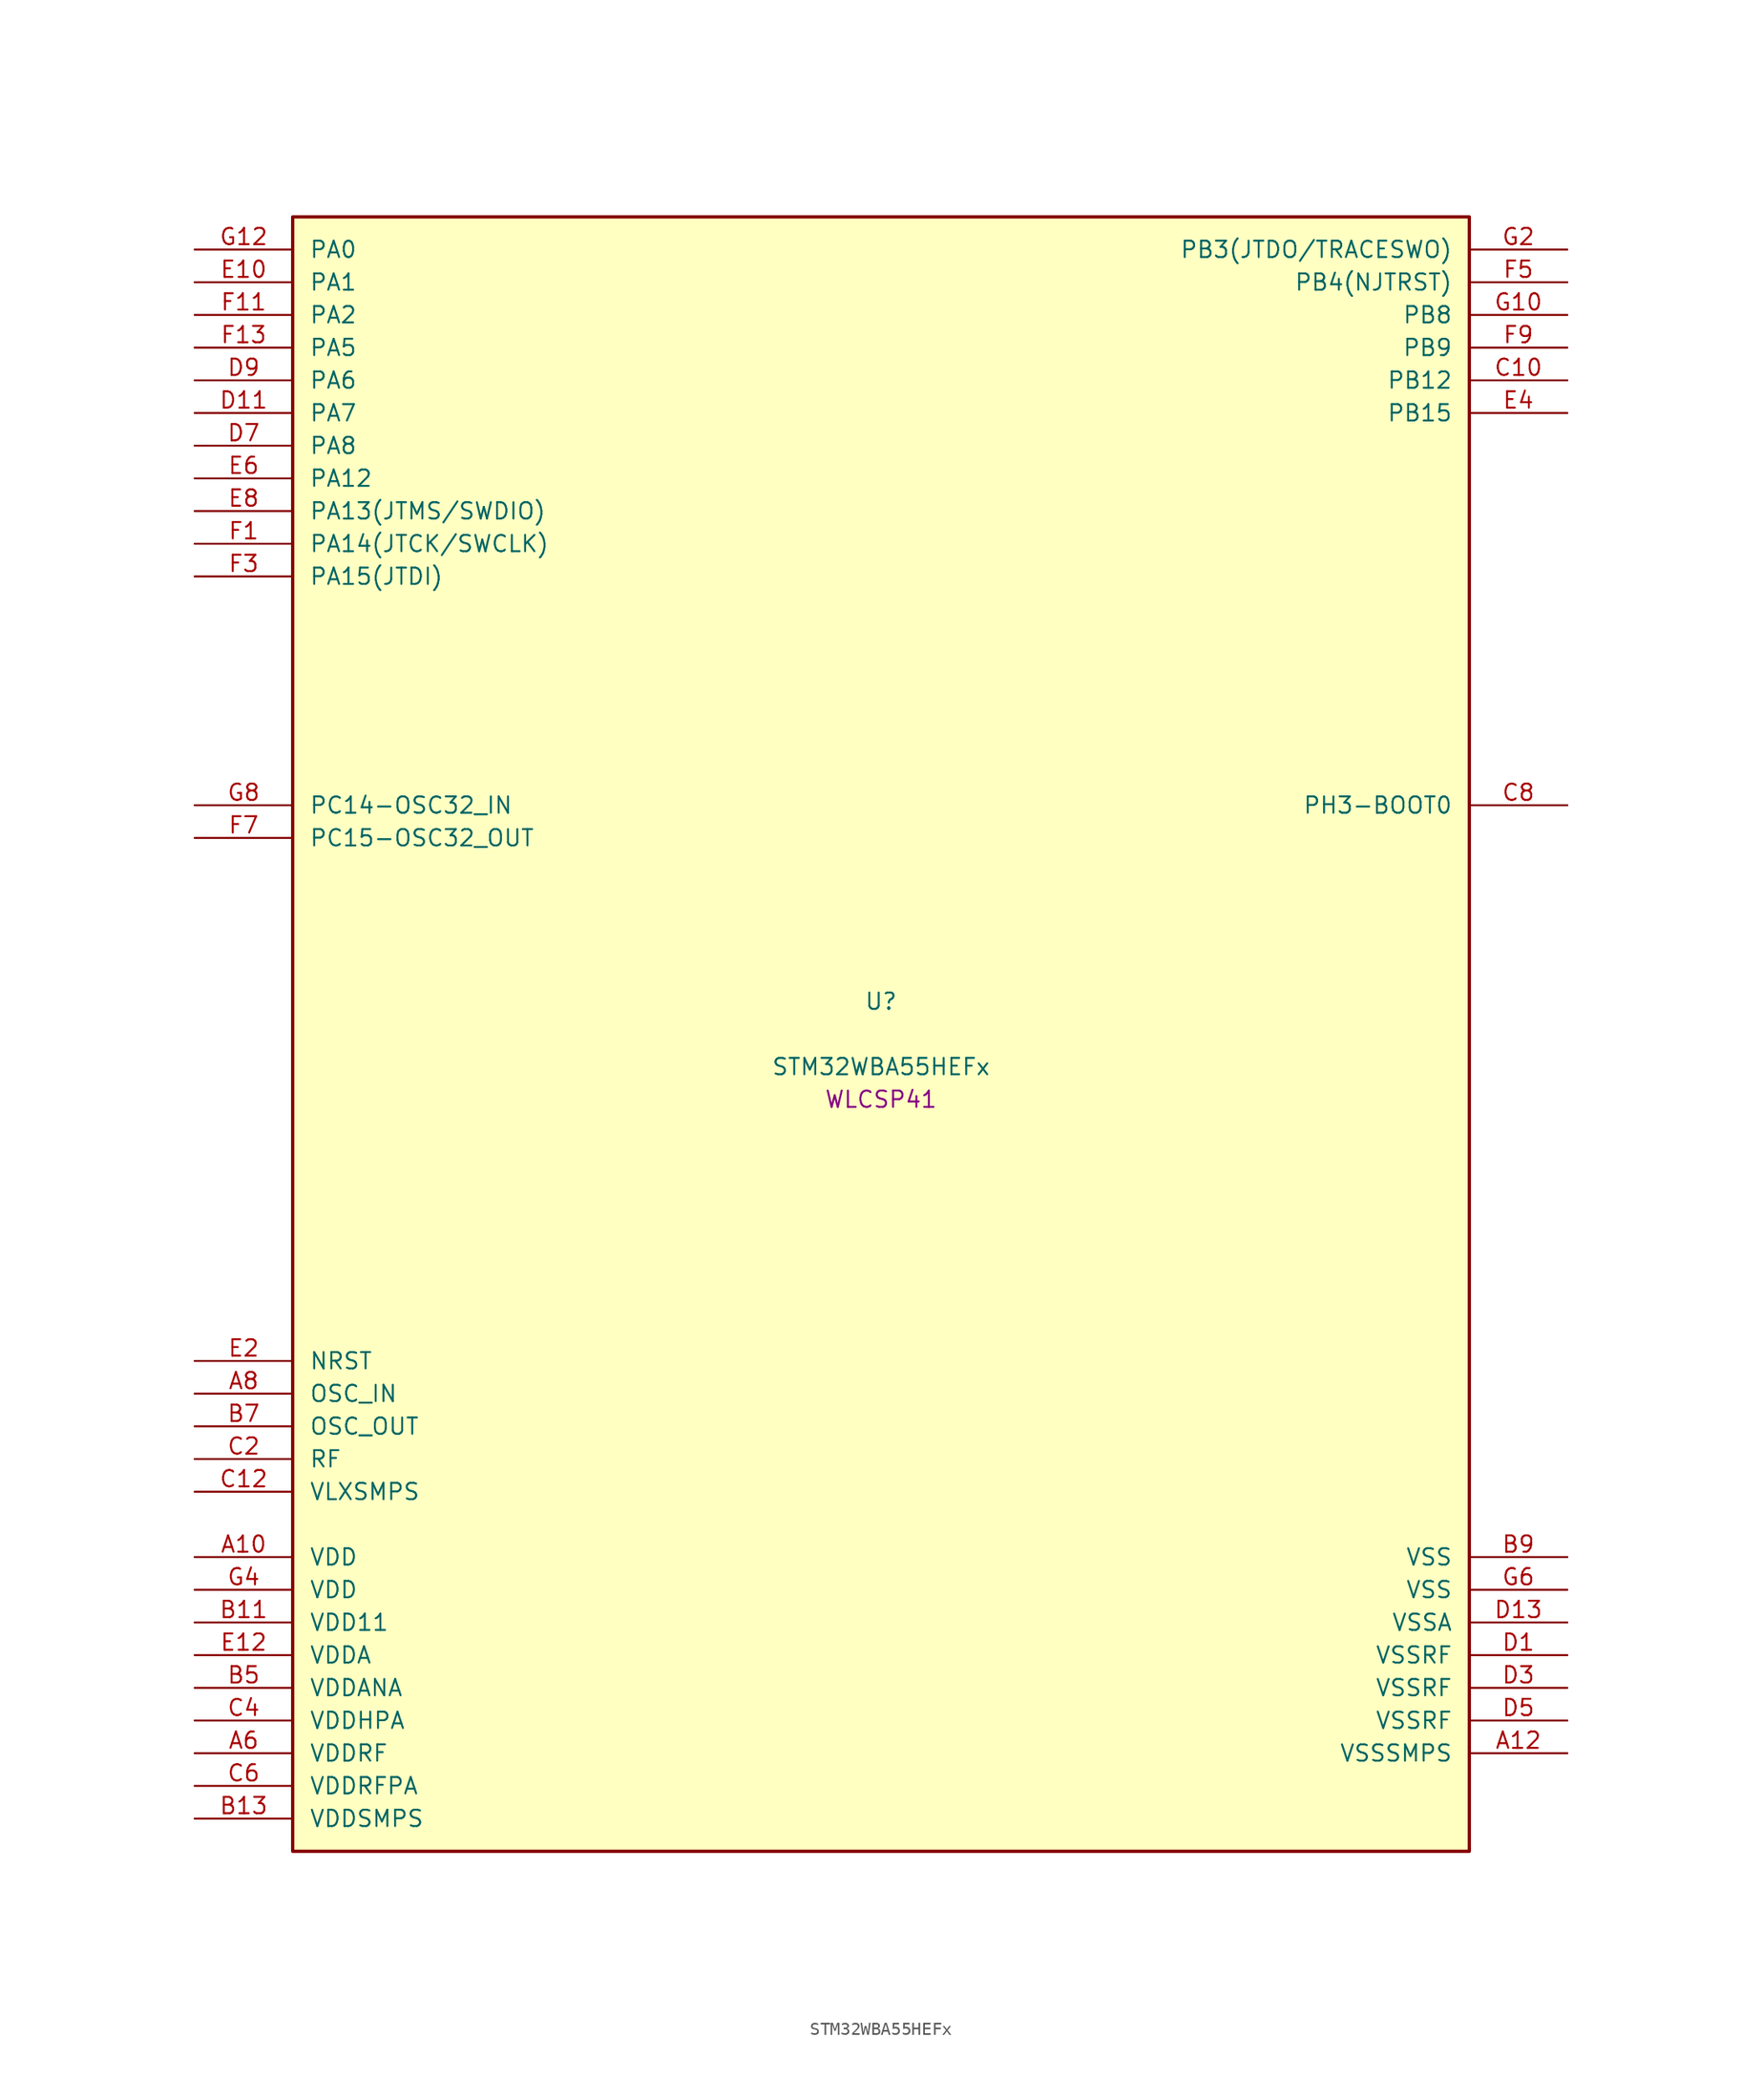
<source format=kicad_sym>
(kicad_symbol_lib
  (version 20241209)
  (generator "stm32_pkl_generator")
  (generator_version "1.0")
  (symbol "STM32WBA55HEFx"
    (pin_names
      (offset 1.27))
    (property "Reference" "U"
      (at 0 2.54 0))
    (property "Value" "STM32WBA55HEFx"
      (at 0 -2.54 0))
    (property "Footprint" "WLCSP41"
      (at 0 -5.08 0))
    (symbol "STM32WBA55HEFx_1_1"
      (rectangle (start -45.72 63.5) (end 45.72 -63.5) (stroke (width 0.254) (type solid)) (fill (type background)))
      (pin bidirectional line (at -53.34 60.96 0) (length 7.62) (name "PA0") (number "G12") (alternate "PA0/ADC4_IN9" bidirectional line) (alternate "PA0/COMP2_INP" bidirectional line) (alternate "PA0/LPTIM1_IN1" bidirectional line) (alternate "PA0/LPUART1_CTS" bidirectional line) (alternate "PA0/PWR_WKUP1" bidirectional line) (alternate "PA0/SPI3_SCK" bidirectional line) (alternate "PA0/TIM1_CH2N" bidirectional line) (alternate "PA0/TIM3_CH3" bidirectional line) (alternate "PA0/TIM3_ETR" bidirectional line) (alternate "PA0/TSC_G2_IO2" bidirectional line))
      (pin bidirectional line (at -53.34 58.42 0) (length 7.62) (name "PA1") (number "E10") (alternate "PA1/ADC4_IN8" bidirectional line) (alternate "PA1/COMP1_INM" bidirectional line) (alternate "PA1/LPTIM2_CH2" bidirectional line) (alternate "PA1/LPUART1_RX" bidirectional line) (alternate "PA1/PWR_WKUP3" bidirectional line) (alternate "PA1/SAI1_CK1" bidirectional line) (alternate "PA1/SPI1_RDY" bidirectional line) (alternate "PA1/TIM17_CH1" bidirectional line) (alternate "PA1/TIM1_CH1N" bidirectional line) (alternate "PA1/TIM3_CH2" bidirectional line) (alternate "PA1/TSC_G2_IO1" bidirectional line) (alternate "PA1/USART1_CK" bidirectional line))
      (pin bidirectional line (at -53.34 55.88 0) (length 7.62) (name "PA2") (number "F11") (alternate "PA2/ADC4_IN7" bidirectional line) (alternate "PA2/COMP1_INP" bidirectional line) (alternate "PA2/LPUART1_TX" bidirectional line) (alternate "PA2/PWR_WKUP4" bidirectional line) (alternate "PA2/RCC_LSCO" bidirectional line) (alternate "PA2/SAI1_D1" bidirectional line) (alternate "PA2/TIM16_CH1" bidirectional line) (alternate "PA2/TIM1_BKIN" bidirectional line) (alternate "PA2/TIM3_CH1" bidirectional line) (alternate "PA2/TSC_G4_IO4" bidirectional line) (alternate "PA2/USART1_DE" bidirectional line) (alternate "PA2/USART1_RTS" bidirectional line))
      (pin bidirectional line (at -53.34 53.34 0) (length 7.62) (name "PA5") (number "F13") (alternate "PA5/ADC4_IN4" bidirectional line) (alternate "PA5/AUDIOCLK" bidirectional line) (alternate "PA5/LPTIM2_ETR" bidirectional line) (alternate "PA5/PWR_CSLEEP" bidirectional line) (alternate "PA5/PWR_WKUP6" bidirectional line) (alternate "PA5/SAI1_D2" bidirectional line) (alternate "PA5/SPI3_NSS" bidirectional line) (alternate "PA5/TIM2_CH1" bidirectional line) (alternate "PA5/TIM2_ETR" bidirectional line) (alternate "PA5/TSC_G1_IO4" bidirectional line) (alternate "PA5/USART1_CK" bidirectional line))
      (pin bidirectional line (at -53.34 50.8 0) (length 7.62) (name "PA6") (number "D9") (alternate "PA6/ADC4_IN3" bidirectional line) (alternate "PA6/I2C3_SCL" bidirectional line) (alternate "PA6/PWR_CSTOP" bidirectional line) (alternate "PA6/PWR_WKUP7" bidirectional line) (alternate "PA6/SAI1_CK2" bidirectional line) (alternate "PA6/SAI1_MCLK_A" bidirectional line) (alternate "PA6/SPI3_RDY" bidirectional line) (alternate "PA6/TIM2_CH4" bidirectional line) (alternate "PA6/TSC_G1_IO3" bidirectional line) (alternate "PA6/USART1_DE" bidirectional line) (alternate "PA6/USART1_RTS" bidirectional line))
      (pin bidirectional line (at -53.34 48.26 0) (length 7.62) (name "PA7") (number "D11") (alternate "PA7/ADC4_IN2" bidirectional line) (alternate "PA7/COMP1_OUT" bidirectional line) (alternate "PA7/I2C3_SDA" bidirectional line) (alternate "PA7/PWR_WKUP8" bidirectional line) (alternate "PA7/SAI1_SCK_A" bidirectional line) (alternate "PA7/TAMP_IN1" bidirectional line) (alternate "PA7/TAMP_OUT2" bidirectional line) (alternate "PA7/TIM2_CH3" bidirectional line) (alternate "PA7/TSC_G1_IO2" bidirectional line) (alternate "PA7/USART1_CTS" bidirectional line))
      (pin bidirectional line (at -53.34 45.72 0) (length 7.62) (name "PA8") (number "D7") (alternate "PA8/ADC4_IN1" bidirectional line) (alternate "PA8/LPTIM1_CH2" bidirectional line) (alternate "PA8/RCC_MCO" bidirectional line) (alternate "PA8/SAI1_FS_A" bidirectional line) (alternate "PA8/SPI3_RDY" bidirectional line) (alternate "PA8/TIM2_CH2" bidirectional line) (alternate "PA8/TSC_G1_IO1" bidirectional line) (alternate "PA8/USART1_RX" bidirectional line))
      (pin bidirectional line (at -53.34 43.18 0) (length 7.62) (name "PA12") (number "E6") (alternate "PA12/COMP2_OUT" bidirectional line) (alternate "PA12/PTA_STATUS" bidirectional line) (alternate "PA12/PWR_WKUP6" bidirectional line) (alternate "PA12/RF_ANTSW0" bidirectional line) (alternate "PA12/SPI1_NSS" bidirectional line) (alternate "PA12/TIM1_CH2" bidirectional line) (alternate "PA12/TSC_G3_IO4" bidirectional line) (alternate "PA12/USART2_TX" bidirectional line))
      (pin bidirectional line (at -53.34 40.64 0) (length 7.62) (name "PA13(JTMS/SWDIO)") (number "E8") (alternate "PA13(JTMS/SWDIO)/DEBUG_JTMS-SWDIO" bidirectional line) (alternate "PA13(JTMS/SWDIO)/IR_OUT" bidirectional line) (alternate "PA13(JTMS/SWDIO)/PTA_PRIORITY" bidirectional line))
      (pin bidirectional line (at -53.34 38.1 0) (length 7.62) (name "PA14(JTCK/SWCLK)") (number "F1") (alternate "PA14(JTCK/SWCLK)/COMP2_OUT" bidirectional line) (alternate "PA14(JTCK/SWCLK)/DEBUG_JTCK-SWCLK" bidirectional line) (alternate "PA14(JTCK/SWCLK)/PTA_STATUS" bidirectional line) (alternate "PA14(JTCK/SWCLK)/TAMP_IN3" bidirectional line) (alternate "PA14(JTCK/SWCLK)/TAMP_OUT6" bidirectional line) (alternate "PA14(JTCK/SWCLK)/USART2_TX" bidirectional line))
      (pin bidirectional line (at -53.34 35.56 0) (length 7.62) (name "PA15(JTDI)") (number "F3") (alternate "PA15(JTDI)/ADC4_EXTI15" bidirectional line) (alternate "PA15(JTDI)/DEBUG_JTDI" bidirectional line) (alternate "PA15(JTDI)/I2C1_SCL" bidirectional line) (alternate "PA15(JTDI)/LPTIM1_CH2" bidirectional line) (alternate "PA15(JTDI)/PTA_STATUS" bidirectional line) (alternate "PA15(JTDI)/SPI1_MOSI" bidirectional line) (alternate "PA15(JTDI)/TIM17_BKIN" bidirectional line) (alternate "PA15(JTDI)/TIM1_ETR" bidirectional line) (alternate "PA15(JTDI)/TSC_G3_IO3" bidirectional line) (alternate "PA15(JTDI)/USART2_DE" bidirectional line) (alternate "PA15(JTDI)/USART2_RTS" bidirectional line))
      (pin bidirectional line (at 53.34 60.96 180) (length 7.62) (name "PB3(JTDO/TRACESWO)") (number "G2") (alternate "PB3(JTDO/TRACESWO)/DEBUG_JTDO-SWO" bidirectional line) (alternate "PB3(JTDO/TRACESWO)/I2C1_SDA" bidirectional line) (alternate "PB3(JTDO/TRACESWO)/LPTIM1_IN2" bidirectional line) (alternate "PB3(JTDO/TRACESWO)/PTA_ACTIVE" bidirectional line) (alternate "PB3(JTDO/TRACESWO)/SPI1_MISO" bidirectional line) (alternate "PB3(JTDO/TRACESWO)/TIM17_CH1N" bidirectional line) (alternate "PB3(JTDO/TRACESWO)/TIM1_CH4" bidirectional line) (alternate "PB3(JTDO/TRACESWO)/TSC_G3_IO2" bidirectional line) (alternate "PB3(JTDO/TRACESWO)/USART2_CK" bidirectional line))
      (pin bidirectional line (at 53.34 58.42 180) (length 7.62) (name "PB4(NJTRST)") (number "F5") (alternate "PB4(NJTRST)/DEBUG_JTRST" bidirectional line) (alternate "PB4(NJTRST)/LPTIM2_IN2" bidirectional line) (alternate "PB4(NJTRST)/PTA_ACTIVE" bidirectional line) (alternate "PB4(NJTRST)/PTA_PRIORITY" bidirectional line) (alternate "PB4(NJTRST)/SAI1_MCLK_B" bidirectional line) (alternate "PB4(NJTRST)/SPI1_SCK" bidirectional line) (alternate "PB4(NJTRST)/TIM17_CH1" bidirectional line) (alternate "PB4(NJTRST)/TIM1_CH3" bidirectional line) (alternate "PB4(NJTRST)/TSC_G3_IO1" bidirectional line) (alternate "PB4(NJTRST)/USART2_RX" bidirectional line))
      (pin bidirectional line (at 53.34 55.88 180) (length 7.62) (name "PB8") (number "G10") (alternate "PB8/COMP1_OUT" bidirectional line) (alternate "PB8/LPTIM1_ETR" bidirectional line) (alternate "PB8/PWR_PVD_IN" bidirectional line) (alternate "PB8/SPI3_MOSI" bidirectional line) (alternate "PB8/TIM16_CH1N" bidirectional line) (alternate "PB8/TIM1_CH1" bidirectional line) (alternate "PB8/TIM3_ETR" bidirectional line) (alternate "PB8/TSC_G2_IO4" bidirectional line) (alternate "PB8/USART2_RX" bidirectional line))
      (pin bidirectional line (at 53.34 53.34 180) (length 7.62) (name "PB9") (number "F9") (alternate "PB9/ADC4_IN10" bidirectional line) (alternate "PB9/COMP2_INM" bidirectional line) (alternate "PB9/IR_OUT" bidirectional line) (alternate "PB9/LPTIM2_IN1" bidirectional line) (alternate "PB9/LPUART1_DE" bidirectional line) (alternate "PB9/LPUART1_RTS" bidirectional line) (alternate "PB9/PWR_WKUP8" bidirectional line) (alternate "PB9/SPI3_MISO" bidirectional line) (alternate "PB9/TIM16_CH1" bidirectional line) (alternate "PB9/TIM1_CH3N" bidirectional line) (alternate "PB9/TIM3_CH4" bidirectional line) (alternate "PB9/TSC_G2_IO3" bidirectional line))
      (pin bidirectional line (at 53.34 50.8 180) (length 7.62) (name "PB12") (number "C10") (alternate "PB12/SAI1_SD_A" bidirectional line) (alternate "PB12/SPI1_RDY" bidirectional line) (alternate "PB12/TIM2_CH1" bidirectional line) (alternate "PB12/TIM2_ETR" bidirectional line) (alternate "PB12/TIM3_ETR" bidirectional line) (alternate "PB12/TSC_SYNC" bidirectional line) (alternate "PB12/USART1_TX" bidirectional line))
      (pin bidirectional line (at 53.34 48.26 180) (length 7.62) (name "PB15") (number "E4") (alternate "PB15/ADC4_EXTI15" bidirectional line) (alternate "PB15/I2C1_SMBA" bidirectional line) (alternate "PB15/I2C3_SMBA" bidirectional line) (alternate "PB15/LPUART1_CTS" bidirectional line) (alternate "PB15/PTA_GRANT" bidirectional line) (alternate "PB15/RF_EXTPABYP" bidirectional line) (alternate "PB15/TIM16_BKIN" bidirectional line) (alternate "PB15/TIM1_BKIN2" bidirectional line) (alternate "PB15/USART2_CTS" bidirectional line))
      (pin bidirectional line (at -53.34 17.78 0) (length 7.62) (name "PC14-OSC32_IN") (number "G8") (alternate "PC14-OSC32_IN/RCC_OSC32_IN" bidirectional line))
      (pin bidirectional line (at -53.34 15.24 0) (length 7.62) (name "PC15-OSC32_OUT") (number "F7") (alternate "PC15-OSC32_OUT/ADC4_EXTI15" bidirectional line) (alternate "PC15-OSC32_OUT/RCC_OSC32_OUT" bidirectional line))
      (pin bidirectional line (at 53.34 17.78 180) (length 7.62) (name "PH3-BOOT0") (number "C8") (alternate "PH3-BOOT0/PTA_GRANT" bidirectional line) (alternate "PH3-BOOT0/RF_EXTPABYP" bidirectional line) (alternate "PH3-BOOT0/TAMP_IN2" bidirectional line) (alternate "PH3-BOOT0/TAMP_OUT1" bidirectional line))
      (pin input line (at -53.34 -25.4 0) (length 7.62) (name "NRST") (number "E2"))
      (pin bidirectional line (at -53.34 -27.94 0) (length 7.62) (name "OSC_IN") (number "A8") (alternate "OSC_IN/RCC_OSC_IN" bidirectional line))
      (pin bidirectional line (at -53.34 -30.48 0) (length 7.62) (name "OSC_OUT") (number "B7") (alternate "OSC_OUT/RCC_OSC_OUT" bidirectional line))
      (pin bidirectional line (at -53.34 -33.02 0) (length 7.62) (name "RF") (number "C2"))
      (pin power_in line (at -53.34 -35.56 0) (length 7.62) (name "VLXSMPS") (number "C12"))
      (pin power_in line (at -53.34 -40.64 0) (length 7.62) (name "VDD") (number "A10"))
      (pin power_in line (at -53.34 -43.18 0) (length 7.62) (name "VDD") (number "G4"))
      (pin power_in line (at -53.34 -45.72 0) (length 7.62) (name "VDD11") (number "B11"))
      (pin power_in line (at -53.34 -48.26 0) (length 7.62) (name "VDDA") (number "E12"))
      (pin power_in line (at -53.34 -50.8 0) (length 7.62) (name "VDDANA") (number "B5"))
      (pin power_in line (at -53.34 -53.34 0) (length 7.62) (name "VDDHPA") (number "C4"))
      (pin power_in line (at -53.34 -55.88 0) (length 7.62) (name "VDDRF") (number "A6"))
      (pin power_in line (at -53.34 -58.42 0) (length 7.62) (name "VDDRFPA") (number "C6"))
      (pin power_in line (at -53.34 -60.96 0) (length 7.62) (name "VDDSMPS") (number "B13"))
      (pin power_in line (at 53.34 -40.64 180) (length 7.62) (name "VSS") (number "B9"))
      (pin power_in line (at 53.34 -43.18 180) (length 7.62) (name "VSS") (number "G6"))
      (pin power_in line (at 53.34 -45.72 180) (length 7.62) (name "VSSA") (number "D13"))
      (pin power_in line (at 53.34 -48.26 180) (length 7.62) (name "VSSRF") (number "D1"))
      (pin power_in line (at 53.34 -50.8 180) (length 7.62) (name "VSSRF") (number "D3"))
      (pin power_in line (at 53.34 -53.34 180) (length 7.62) (name "VSSRF") (number "D5"))
      (pin power_in line (at 53.34 -55.88 180) (length 7.62) (name "VSSSMPS") (number "A12")))))
</source>
